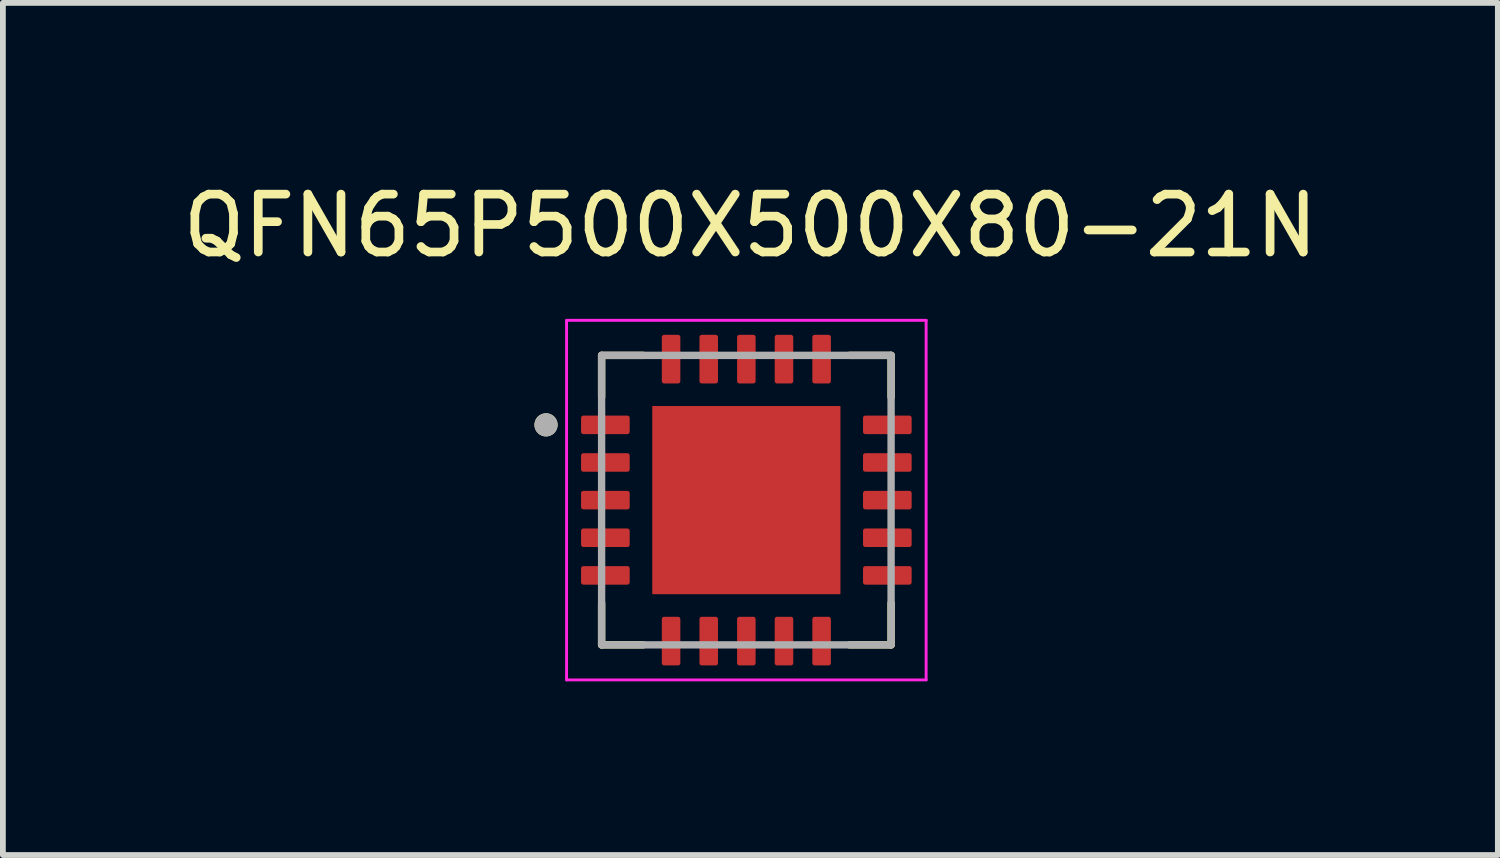
<source format=kicad_pcb>
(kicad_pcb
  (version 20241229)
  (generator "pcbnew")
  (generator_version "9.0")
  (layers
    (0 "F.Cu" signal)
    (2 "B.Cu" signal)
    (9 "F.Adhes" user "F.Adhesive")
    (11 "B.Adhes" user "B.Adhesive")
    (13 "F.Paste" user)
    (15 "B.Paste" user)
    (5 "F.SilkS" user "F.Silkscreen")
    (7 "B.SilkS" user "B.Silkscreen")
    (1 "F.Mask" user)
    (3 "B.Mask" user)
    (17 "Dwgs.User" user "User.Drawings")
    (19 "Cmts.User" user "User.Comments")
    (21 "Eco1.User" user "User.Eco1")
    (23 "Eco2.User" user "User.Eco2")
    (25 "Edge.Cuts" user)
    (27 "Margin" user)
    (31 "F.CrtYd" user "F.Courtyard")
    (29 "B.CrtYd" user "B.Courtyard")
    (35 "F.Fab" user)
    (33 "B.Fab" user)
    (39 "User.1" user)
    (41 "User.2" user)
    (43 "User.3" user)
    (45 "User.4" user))
  (footprint "QFN65P500X500X80-21N"
    (layer "F.Cu")
    (at 9.841 5.588)
    (property "Reference" "QFN65P500X500X80-21N" (at 0.07 -4.74 0) (layer "F.SilkS") (effects (font (size 1 1) (thickness 0.15))))
    (attr smd)
    (fp_line (start -2.5 -1.78) (end -2.5 -2.5) (stroke (width 0.127) (type solid)) (layer "F.SilkS"))
    (fp_line (start -2.5 2.5) (end -2.5 1.78) (stroke (width 0.127) (type solid)) (layer "F.SilkS"))
    (fp_line (start -1.78 -2.5) (end -2.5 -2.5) (stroke (width 0.127) (type solid)) (layer "F.SilkS"))
    (fp_line (start -1.78 2.5) (end -2.5 2.5) (stroke (width 0.127) (type solid)) (layer "F.SilkS"))
    (fp_line (start 2.5 -2.5) (end 1.78 -2.5) (stroke (width 0.127) (type solid)) (layer "F.SilkS"))
    (fp_line (start 2.5 -1.78) (end 2.5 -2.5) (stroke (width 0.127) (type solid)) (layer "F.SilkS"))
    (fp_line (start 2.5 2.5) (end 1.78 2.5) (stroke (width 0.127) (type solid)) (layer "F.SilkS"))
    (fp_line (start 2.5 2.5) (end 2.5 1.78) (stroke (width 0.127) (type solid)) (layer "F.SilkS"))
    (fp_circle (center -3.46 -1.3) (end -3.36 -1.3) (stroke (width 0.2) (type solid)) (fill no) (layer "F.SilkS"))
    (fp_poly (pts (xy -1.03 -1.03) (xy 1.03 -1.03) (xy 1.03 1.03) (xy -1.03 1.03)) (stroke (width 0.01) (type solid)) (fill yes) (layer "F.Paste"))
    (fp_line (start -3.105 -3.105) (end -3.105 3.105) (stroke (width 0.05) (type solid)) (layer "F.CrtYd"))
    (fp_line (start -3.105 3.105) (end 3.105 3.105) (stroke (width 0.05) (type solid)) (layer "F.CrtYd"))
    (fp_line (start 3.105 -3.105) (end -3.105 -3.105) (stroke (width 0.05) (type solid)) (layer "F.CrtYd"))
    (fp_line (start 3.105 3.105) (end 3.105 -3.105) (stroke (width 0.05) (type solid)) (layer "F.CrtYd"))
    (fp_line (start -2.5 2.5) (end -2.5 -2.5) (stroke (width 0.127) (type solid)) (layer "F.Fab"))
    (fp_line (start 2.5 -2.5) (end -2.5 -2.5) (stroke (width 0.127) (type solid)) (layer "F.Fab"))
    (fp_line (start 2.5 2.5) (end -2.5 2.5) (stroke (width 0.127) (type solid)) (layer "F.Fab"))
    (fp_line (start 2.5 2.5) (end 2.5 -2.5) (stroke (width 0.127) (type solid)) (layer "F.Fab"))
    (fp_circle (center -3.46 -1.3) (end -3.36 -1.3) (stroke (width 0.2) (type solid)) (fill no) (layer "F.Fab"))
    (pad "1" smd roundrect (at -2.435 -1.3) (size 0.84 0.32) (layers "F.Cu" "F.Mask" "F.Paste") (roundrect_rratio 0.125))
    (pad "2" smd roundrect (at -2.435 -0.65) (size 0.84 0.32) (layers "F.Cu" "F.Mask" "F.Paste") (roundrect_rratio 0.125))
    (pad "3" smd roundrect (at -2.435 0) (size 0.84 0.32) (layers "F.Cu" "F.Mask" "F.Paste") (roundrect_rratio 0.125))
    (pad "4" smd roundrect (at -2.435 0.65) (size 0.84 0.32) (layers "F.Cu" "F.Mask" "F.Paste") (roundrect_rratio 0.125))
    (pad "5" smd roundrect (at -2.435 1.3) (size 0.84 0.32) (layers "F.Cu" "F.Mask" "F.Paste") (roundrect_rratio 0.125))
    (pad "6" smd roundrect (at -1.3 2.435) (size 0.32 0.84) (layers "F.Cu" "F.Mask" "F.Paste") (roundrect_rratio 0.125))
    (pad "7" smd roundrect (at -0.65 2.435) (size 0.32 0.84) (layers "F.Cu" "F.Mask" "F.Paste") (roundrect_rratio 0.125))
    (pad "8" smd roundrect (at 0 2.435) (size 0.32 0.84) (layers "F.Cu" "F.Mask" "F.Paste") (roundrect_rratio 0.125))
    (pad "9" smd roundrect (at 0.65 2.435) (size 0.32 0.84) (layers "F.Cu" "F.Mask" "F.Paste") (roundrect_rratio 0.125))
    (pad "10" smd roundrect (at 1.3 2.435) (size 0.32 0.84) (layers "F.Cu" "F.Mask" "F.Paste") (roundrect_rratio 0.125))
    (pad "11" smd roundrect (at 2.435 1.3) (size 0.84 0.32) (layers "F.Cu" "F.Mask" "F.Paste") (roundrect_rratio 0.125))
    (pad "12" smd roundrect (at 2.435 0.65) (size 0.84 0.32) (layers "F.Cu" "F.Mask" "F.Paste") (roundrect_rratio 0.125))
    (pad "13" smd roundrect (at 2.435 0) (size 0.84 0.32) (layers "F.Cu" "F.Mask" "F.Paste") (roundrect_rratio 0.125))
    (pad "14" smd roundrect (at 2.435 -0.65) (size 0.84 0.32) (layers "F.Cu" "F.Mask" "F.Paste") (roundrect_rratio 0.125))
    (pad "15" smd roundrect (at 2.435 -1.3) (size 0.84 0.32) (layers "F.Cu" "F.Mask" "F.Paste") (roundrect_rratio 0.125))
    (pad "16" smd roundrect (at 1.3 -2.435) (size 0.32 0.84) (layers "F.Cu" "F.Mask" "F.Paste") (roundrect_rratio 0.125))
    (pad "17" smd roundrect (at 0.65 -2.435) (size 0.32 0.84) (layers "F.Cu" "F.Mask" "F.Paste") (roundrect_rratio 0.125))
    (pad "18" smd roundrect (at 0 -2.435) (size 0.32 0.84) (layers "F.Cu" "F.Mask" "F.Paste") (roundrect_rratio 0.125))
    (pad "19" smd roundrect (at -0.65 -2.435) (size 0.32 0.84) (layers "F.Cu" "F.Mask" "F.Paste") (roundrect_rratio 0.125))
    (pad "20" smd roundrect (at -1.3 -2.435) (size 0.32 0.84) (layers "F.Cu" "F.Mask" "F.Paste") (roundrect_rratio 0.125))
    (pad "21" smd rect (at 0 0) (size 3.25 3.25) (layers "F.Cu" "F.Mask")))
  (gr_rect
    (start -3 -3)
    (end 22.821 11.718)
    (stroke (width 0.1) (type default))
    (fill no)
    (layer "Edge.Cuts")))
</source>
